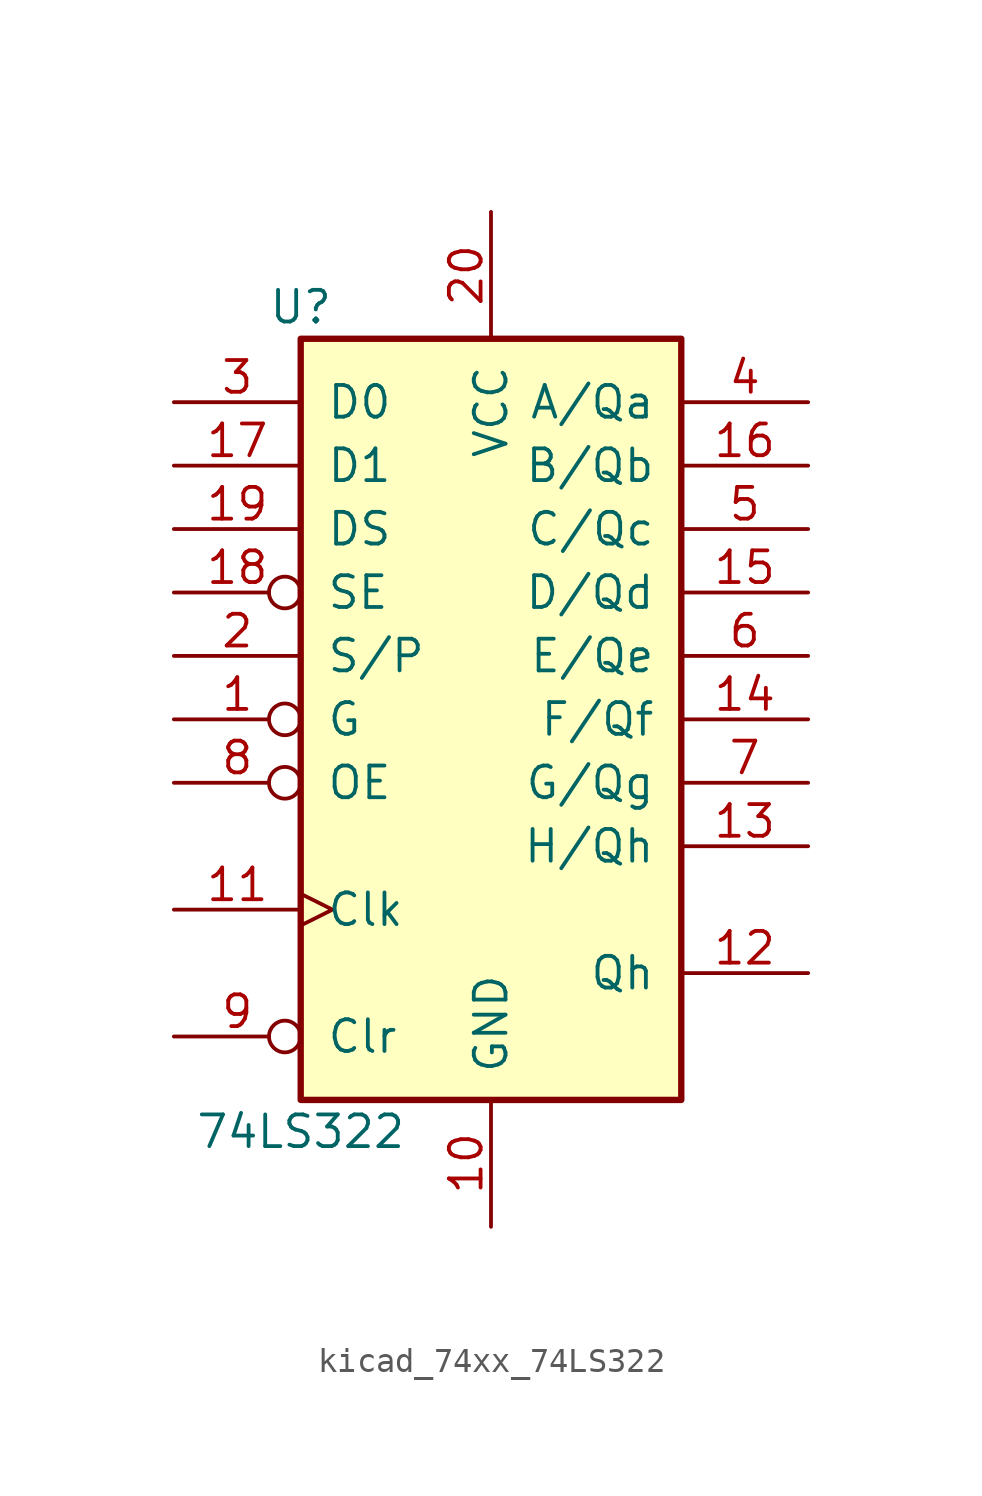
<source format=kicad_sym>
(kicad_symbol_lib
  (version 20220914)
  (generator kicad_symbol_editor)
  (symbol "kicad_74xx_74LS322"
    (pin_names
      (offset 1.016))
    (property "Reference" "U"
      (at -7.62 16.51 0)
      (effects (font (size 1.27 1.27))))
    (property "Value" "74LS322"
      (at -7.62 -16.51 0)
      (effects (font (size 1.27 1.27))))
    (property "ki_locked" ""
      (at 0 0 0)
      (effects (font (size 1.27 1.27))))
    (symbol "kicad_74xx_74LS322_1_0"
      (pin input inverted (at -12.7 0 0) (length 5.08) (name "G" (effects (font (size 1.27 1.27)))) (number "1" (effects (font (size 1.27 1.27)))))
      (pin power_in line (at 0 -20.32 90) (length 5.08) (name "GND" (effects (font (size 1.27 1.27)))) (number "10" (effects (font (size 1.27 1.27)))))
      (pin input clock (at -12.7 -7.62 0) (length 5.08) (name "Clk" (effects (font (size 1.27 1.27)))) (number "11" (effects (font (size 1.27 1.27)))))
      (pin output line (at 12.7 -10.16 180) (length 5.08) (name "Qh" (effects (font (size 1.27 1.27)))) (number "12" (effects (font (size 1.27 1.27)))))
      (pin tri_state line (at 12.7 -5.08 180) (length 5.08) (name "H/Qh" (effects (font (size 1.27 1.27)))) (number "13" (effects (font (size 1.27 1.27)))))
      (pin tri_state line (at 12.7 0 180) (length 5.08) (name "F/Qf" (effects (font (size 1.27 1.27)))) (number "14" (effects (font (size 1.27 1.27)))))
      (pin tri_state line (at 12.7 5.08 180) (length 5.08) (name "D/Qd" (effects (font (size 1.27 1.27)))) (number "15" (effects (font (size 1.27 1.27)))))
      (pin tri_state line (at 12.7 10.16 180) (length 5.08) (name "B/Qb" (effects (font (size 1.27 1.27)))) (number "16" (effects (font (size 1.27 1.27)))))
      (pin input line (at -12.7 10.16 0) (length 5.08) (name "D1" (effects (font (size 1.27 1.27)))) (number "17" (effects (font (size 1.27 1.27)))))
      (pin input inverted (at -12.7 5.08 0) (length 5.08) (name "SE" (effects (font (size 1.27 1.27)))) (number "18" (effects (font (size 1.27 1.27)))))
      (pin input line (at -12.7 7.62 0) (length 5.08) (name "DS" (effects (font (size 1.27 1.27)))) (number "19" (effects (font (size 1.27 1.27)))))
      (pin input line (at -12.7 2.54 0) (length 5.08) (name "S/P" (effects (font (size 1.27 1.27)))) (number "2" (effects (font (size 1.27 1.27)))))
      (pin power_in line (at 0 20.32 270) (length 5.08) (name "VCC" (effects (font (size 1.27 1.27)))) (number "20" (effects (font (size 1.27 1.27)))))
      (pin input line (at -12.7 12.7 0) (length 5.08) (name "D0" (effects (font (size 1.27 1.27)))) (number "3" (effects (font (size 1.27 1.27)))))
      (pin tri_state line (at 12.7 12.7 180) (length 5.08) (name "A/Qa" (effects (font (size 1.27 1.27)))) (number "4" (effects (font (size 1.27 1.27)))))
      (pin tri_state line (at 12.7 7.62 180) (length 5.08) (name "C/Qc" (effects (font (size 1.27 1.27)))) (number "5" (effects (font (size 1.27 1.27)))))
      (pin tri_state line (at 12.7 2.54 180) (length 5.08) (name "E/Qe" (effects (font (size 1.27 1.27)))) (number "6" (effects (font (size 1.27 1.27)))))
      (pin tri_state line (at 12.7 -2.54 180) (length 5.08) (name "G/Qg" (effects (font (size 1.27 1.27)))) (number "7" (effects (font (size 1.27 1.27)))))
      (pin input inverted (at -12.7 -2.54 0) (length 5.08) (name "OE" (effects (font (size 1.27 1.27)))) (number "8" (effects (font (size 1.27 1.27)))))
      (pin input inverted (at -12.7 -12.7 0) (length 5.08) (name "Clr" (effects (font (size 1.27 1.27)))) (number "9" (effects (font (size 1.27 1.27))))))
    (symbol "kicad_74xx_74LS322_1_1"
      (rectangle (start -7.62 15.24) (end 7.62 -15.24) (stroke (width 0.254) (type default)) (fill (type background))))))
</source>
